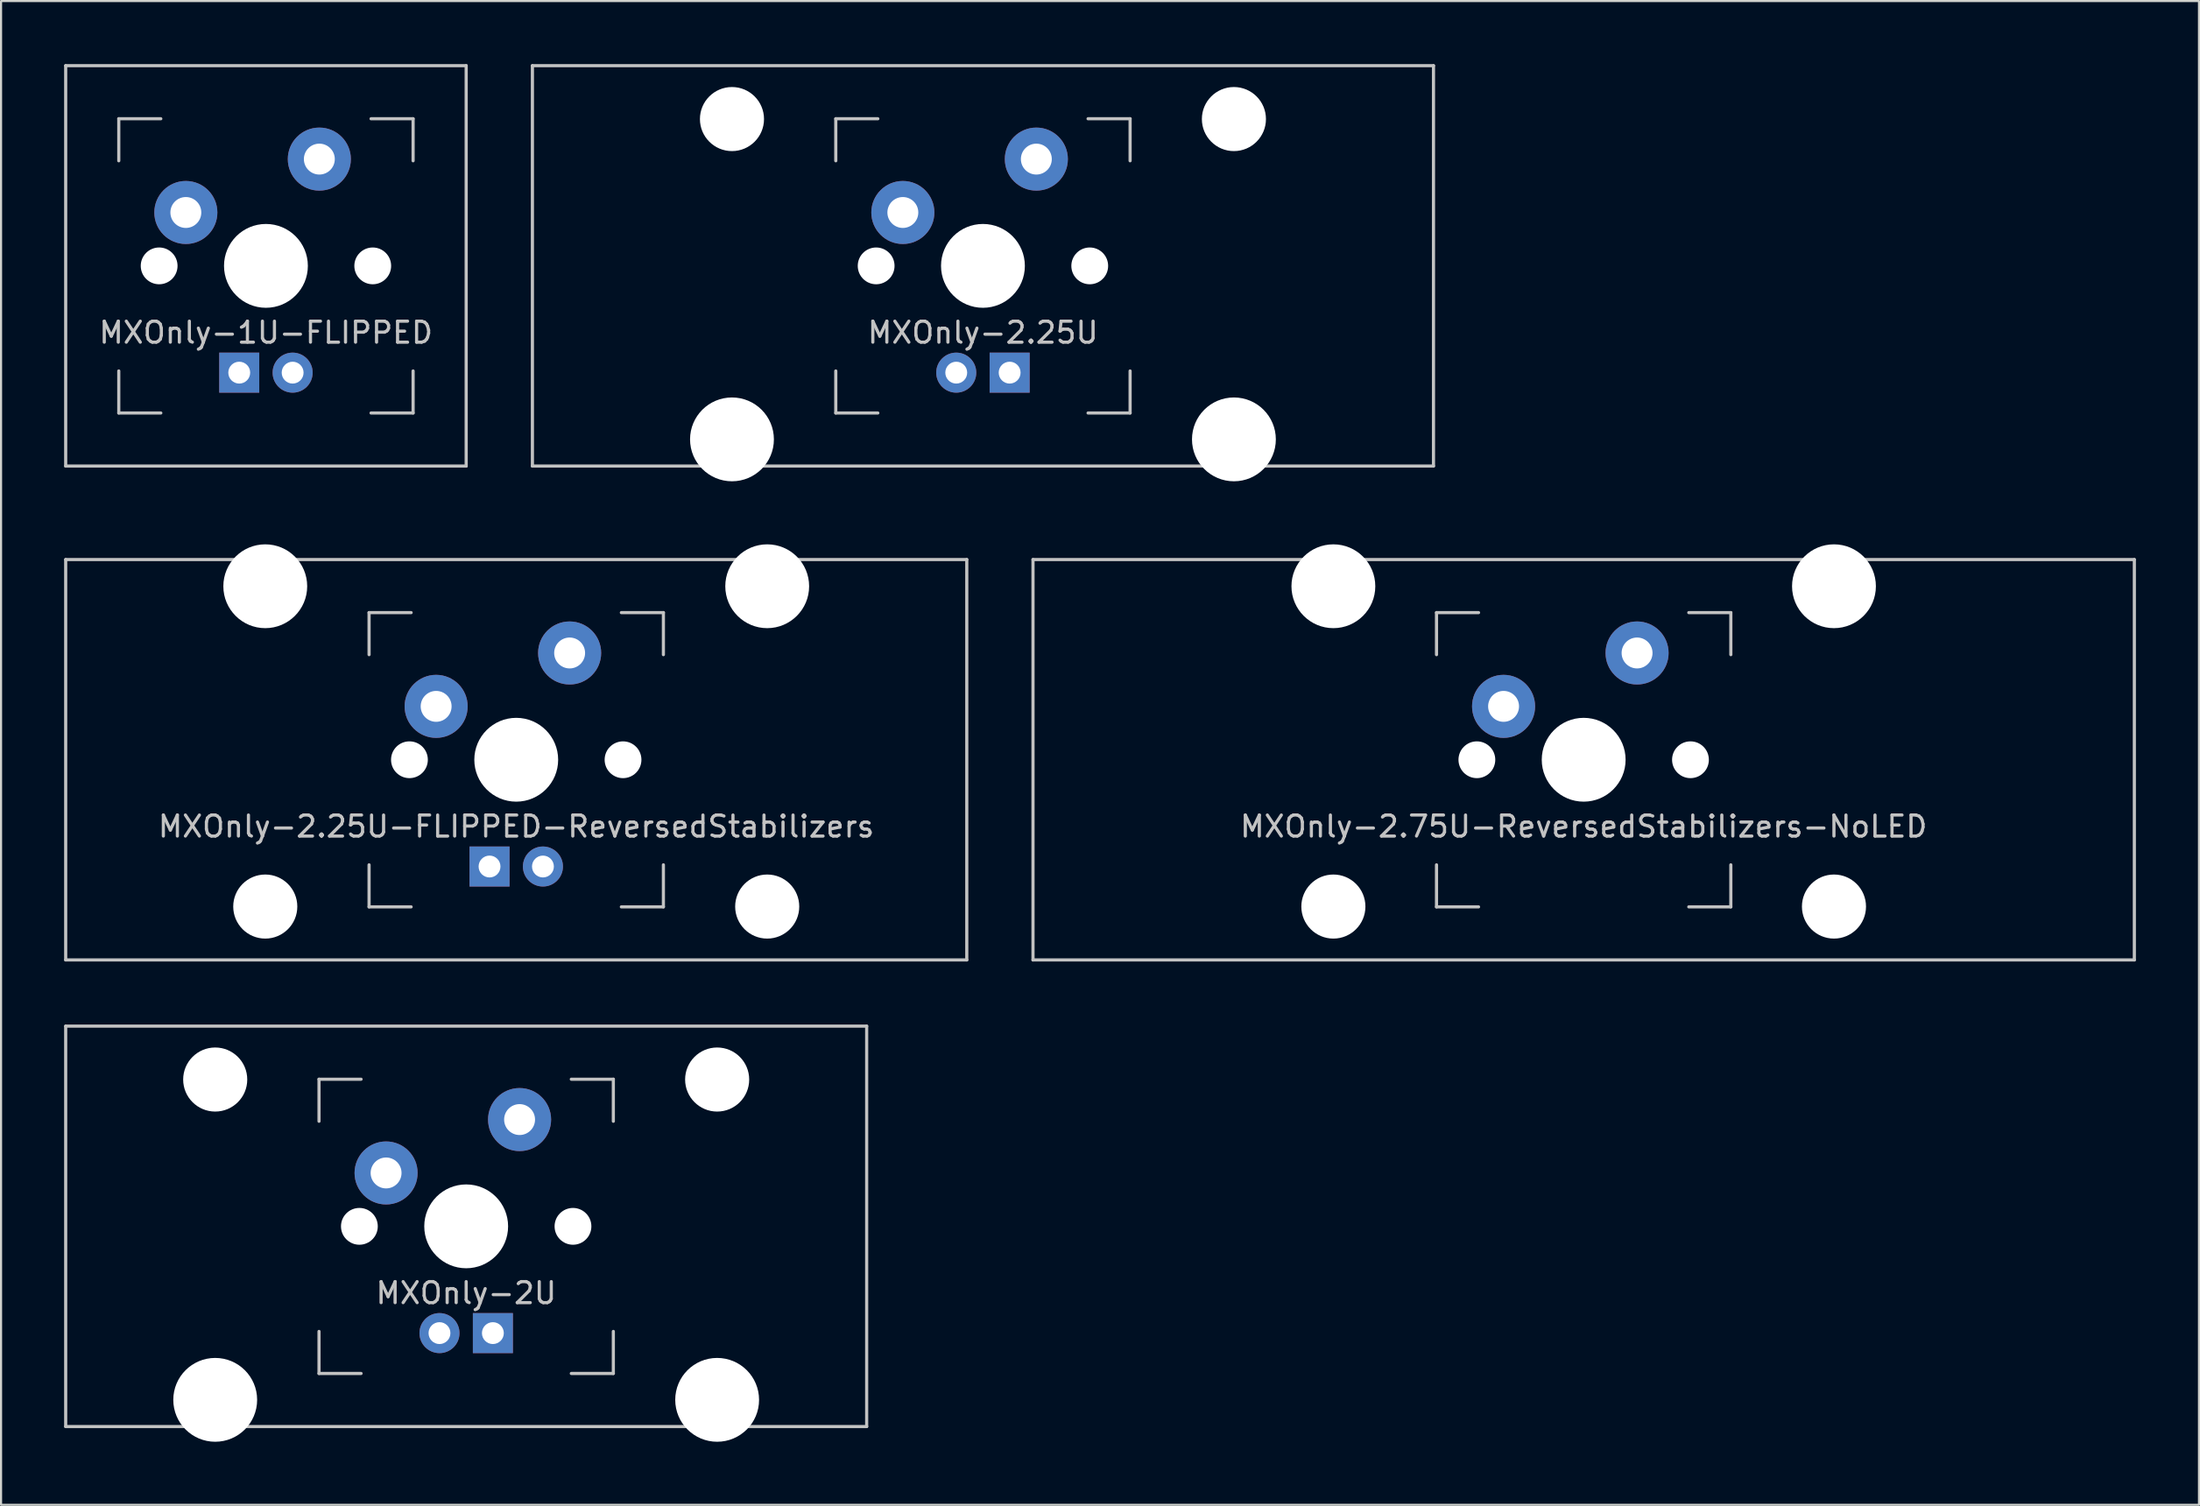
<source format=kicad_pcb>
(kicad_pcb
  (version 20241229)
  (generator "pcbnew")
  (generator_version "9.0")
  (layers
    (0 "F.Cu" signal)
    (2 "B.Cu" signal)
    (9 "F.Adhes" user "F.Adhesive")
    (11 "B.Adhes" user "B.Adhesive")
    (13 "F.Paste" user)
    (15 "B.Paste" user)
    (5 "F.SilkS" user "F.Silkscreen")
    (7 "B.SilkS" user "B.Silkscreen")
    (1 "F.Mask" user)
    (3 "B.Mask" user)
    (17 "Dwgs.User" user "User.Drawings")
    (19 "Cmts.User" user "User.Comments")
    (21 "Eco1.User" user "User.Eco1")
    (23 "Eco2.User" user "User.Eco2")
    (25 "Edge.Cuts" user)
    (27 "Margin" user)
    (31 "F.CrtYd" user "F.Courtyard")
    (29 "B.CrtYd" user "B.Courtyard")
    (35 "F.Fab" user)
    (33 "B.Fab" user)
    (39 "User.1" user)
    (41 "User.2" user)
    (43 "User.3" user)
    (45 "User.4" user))
  (footprint "MXOnly-2.25U-FLIPPED-ReversedStabilizers"
    (layer "F.Cu")
    (at 21.506 33.098)
    (property "Reference" "MXOnly-2.25U-FLIPPED-ReversedStabilizers" (at 0 3.175 0) (layer "Dwgs.User") (effects (font (size 1 1) (thickness 0.15))))
    (attr through_hole)
    (fp_line (start -21.431 -9.525) (end 21.431 -9.525) (stroke (width 0.15) (type solid)) (layer "Dwgs.User"))
    (fp_line (start -21.431 9.525) (end -21.431 -9.525) (stroke (width 0.15) (type solid)) (layer "Dwgs.User"))
    (fp_line (start -21.431 9.525) (end 21.431 9.525) (stroke (width 0.15) (type solid)) (layer "Dwgs.User"))
    (fp_line (start -7 -7) (end -7 -5) (stroke (width 0.15) (type solid)) (layer "Dwgs.User"))
    (fp_line (start -7 5) (end -7 7) (stroke (width 0.15) (type solid)) (layer "Dwgs.User"))
    (fp_line (start -7 7) (end -5 7) (stroke (width 0.15) (type solid)) (layer "Dwgs.User"))
    (fp_line (start -5 -7) (end -7 -7) (stroke (width 0.15) (type solid)) (layer "Dwgs.User"))
    (fp_line (start 5 -7) (end 7 -7) (stroke (width 0.15) (type solid)) (layer "Dwgs.User"))
    (fp_line (start 5 7) (end 7 7) (stroke (width 0.15) (type solid)) (layer "Dwgs.User"))
    (fp_line (start 7 -7) (end 7 -5) (stroke (width 0.15) (type solid)) (layer "Dwgs.User"))
    (fp_line (start 7 7) (end 7 5) (stroke (width 0.15) (type solid)) (layer "Dwgs.User"))
    (fp_line (start 21.431 -9.525) (end 21.431 9.525) (stroke (width 0.15) (type solid)) (layer "Dwgs.User"))
    (pad "" np_thru_hole circle (at -11.938 -8.255) (size 3.988 3.988) (drill 3.988) (layers "*.Cu" "*.Mask"))
    (pad "" np_thru_hole circle (at -11.938 6.985) (size 3.048 3.048) (drill 3.048) (layers "*.Cu" "*.Mask"))
    (pad "" np_thru_hole circle (at -5.08 0 48.1) (size 1.75 1.75) (drill 1.75) (layers "*.Cu" "*.Mask"))
    (pad "" np_thru_hole circle (at 0 0) (size 3.988 3.988) (drill 3.988) (layers "*.Cu" "*.Mask"))
    (pad "" np_thru_hole circle (at 5.08 0 48.1) (size 1.75 1.75) (drill 1.75) (layers "*.Cu" "*.Mask"))
    (pad "" np_thru_hole circle (at 11.938 -8.255) (size 3.988 3.988) (drill 3.988) (layers "*.Cu" "*.Mask"))
    (pad "" np_thru_hole circle (at 11.938 6.985) (size 3.048 3.048) (drill 3.048) (layers "*.Cu" "*.Mask"))
    (pad "1" thru_hole circle (at -3.81 -2.54) (size 3 3) (drill 1.47) (layers "*.Cu" "*.Mask"))
    (pad "2" thru_hole circle (at 2.54 -5.08) (size 3 3) (drill 1.47) (layers "*.Cu" "*.Mask"))
    (pad "3" thru_hole circle (at 1.27 5.08) (size 1.905 1.905) (drill 1.04) (layers "*.Cu" "*.Mask"))
    (pad "4" thru_hole rect (at -1.27 5.08) (size 1.905 1.905) (drill 1.04) (layers "*.Cu" "*.Mask")))
  (footprint "MXOnly-2U"
    (layer "F.Cu")
    (at 19.125 55.298)
    (property "Reference" "MXOnly-2U" (at 0 3.175 0) (layer "Dwgs.User") (effects (font (size 1 1) (thickness 0.15))))
    (attr through_hole)
    (fp_line (start -19.05 -9.525) (end 19.05 -9.525) (stroke (width 0.15) (type solid)) (layer "Dwgs.User"))
    (fp_line (start -19.05 9.525) (end -19.05 -9.525) (stroke (width 0.15) (type solid)) (layer "Dwgs.User"))
    (fp_line (start -19.05 9.525) (end 19.05 9.525) (stroke (width 0.15) (type solid)) (layer "Dwgs.User"))
    (fp_line (start -7 -7) (end -7 -5) (stroke (width 0.15) (type solid)) (layer "Dwgs.User"))
    (fp_line (start -7 5) (end -7 7) (stroke (width 0.15) (type solid)) (layer "Dwgs.User"))
    (fp_line (start -7 7) (end -5 7) (stroke (width 0.15) (type solid)) (layer "Dwgs.User"))
    (fp_line (start -5 -7) (end -7 -7) (stroke (width 0.15) (type solid)) (layer "Dwgs.User"))
    (fp_line (start 5 -7) (end 7 -7) (stroke (width 0.15) (type solid)) (layer "Dwgs.User"))
    (fp_line (start 5 7) (end 7 7) (stroke (width 0.15) (type solid)) (layer "Dwgs.User"))
    (fp_line (start 7 -7) (end 7 -5) (stroke (width 0.15) (type solid)) (layer "Dwgs.User"))
    (fp_line (start 7 7) (end 7 5) (stroke (width 0.15) (type solid)) (layer "Dwgs.User"))
    (fp_line (start 19.05 -9.525) (end 19.05 9.525) (stroke (width 0.15) (type solid)) (layer "Dwgs.User"))
    (pad "" np_thru_hole circle (at -11.938 -6.985) (size 3.048 3.048) (drill 3.048) (layers "*.Cu" "*.Mask"))
    (pad "" np_thru_hole circle (at -11.938 8.255) (size 3.988 3.988) (drill 3.988) (layers "*.Cu" "*.Mask"))
    (pad "" np_thru_hole circle (at -5.08 0 48.1) (size 1.75 1.75) (drill 1.75) (layers "*.Cu" "*.Mask"))
    (pad "" np_thru_hole circle (at 0 0) (size 3.988 3.988) (drill 3.988) (layers "*.Cu" "*.Mask"))
    (pad "" np_thru_hole circle (at 5.08 0 48.1) (size 1.75 1.75) (drill 1.75) (layers "*.Cu" "*.Mask"))
    (pad "" np_thru_hole circle (at 11.938 -6.985) (size 3.048 3.048) (drill 3.048) (layers "*.Cu" "*.Mask"))
    (pad "" np_thru_hole circle (at 11.938 8.255) (size 3.988 3.988) (drill 3.988) (layers "*.Cu" "*.Mask"))
    (pad "1" thru_hole circle (at -3.81 -2.54) (size 3 3) (drill 1.47) (layers "*.Cu" "*.Mask"))
    (pad "2" thru_hole circle (at 2.54 -5.08) (size 3 3) (drill 1.47) (layers "*.Cu" "*.Mask"))
    (pad "3" thru_hole circle (at -1.27 5.08) (size 1.905 1.905) (drill 1.04) (layers "*.Cu" "*.Mask"))
    (pad "4" thru_hole rect (at 1.27 5.08) (size 1.905 1.905) (drill 1.04) (layers "*.Cu" "*.Mask")))
  (footprint "MXOnly-2.75U-ReversedStabilizers-NoLED"
    (layer "F.Cu")
    (at 72.281 33.098)
    (property "Reference" "MXOnly-2.75U-ReversedStabilizers-NoLED" (at 0 3.175 0) (layer "Dwgs.User") (effects (font (size 1 1) (thickness 0.15))))
    (attr through_hole)
    (fp_line (start -26.194 -9.525) (end 26.194 -9.525) (stroke (width 0.15) (type solid)) (layer "Dwgs.User"))
    (fp_line (start -26.194 9.525) (end -26.194 -9.525) (stroke (width 0.15) (type solid)) (layer "Dwgs.User"))
    (fp_line (start -26.194 9.525) (end 26.194 9.525) (stroke (width 0.15) (type solid)) (layer "Dwgs.User"))
    (fp_line (start -7 -7) (end -7 -5) (stroke (width 0.15) (type solid)) (layer "Dwgs.User"))
    (fp_line (start -7 5) (end -7 7) (stroke (width 0.15) (type solid)) (layer "Dwgs.User"))
    (fp_line (start -7 7) (end -5 7) (stroke (width 0.15) (type solid)) (layer "Dwgs.User"))
    (fp_line (start -5 -7) (end -7 -7) (stroke (width 0.15) (type solid)) (layer "Dwgs.User"))
    (fp_line (start 5 -7) (end 7 -7) (stroke (width 0.15) (type solid)) (layer "Dwgs.User"))
    (fp_line (start 5 7) (end 7 7) (stroke (width 0.15) (type solid)) (layer "Dwgs.User"))
    (fp_line (start 7 -7) (end 7 -5) (stroke (width 0.15) (type solid)) (layer "Dwgs.User"))
    (fp_line (start 7 7) (end 7 5) (stroke (width 0.15) (type solid)) (layer "Dwgs.User"))
    (fp_line (start 26.194 -9.525) (end 26.194 9.525) (stroke (width 0.15) (type solid)) (layer "Dwgs.User"))
    (pad "" np_thru_hole circle (at -11.906 -8.255) (size 3.988 3.988) (drill 3.988) (layers "*.Cu" "*.Mask"))
    (pad "" np_thru_hole circle (at -11.906 6.985) (size 3.048 3.048) (drill 3.048) (layers "*.Cu" "*.Mask"))
    (pad "" np_thru_hole circle (at -5.08 0 48.1) (size 1.75 1.75) (drill 1.75) (layers "*.Cu" "*.Mask"))
    (pad "" np_thru_hole circle (at 0 0) (size 3.988 3.988) (drill 3.988) (layers "*.Cu" "*.Mask"))
    (pad "" np_thru_hole circle (at 5.08 0 48.1) (size 1.75 1.75) (drill 1.75) (layers "*.Cu" "*.Mask"))
    (pad "" np_thru_hole circle (at 11.906 -8.255) (size 3.988 3.988) (drill 3.988) (layers "*.Cu" "*.Mask"))
    (pad "" np_thru_hole circle (at 11.906 6.985) (size 3.048 3.048) (drill 3.048) (layers "*.Cu" "*.Mask"))
    (pad "1" thru_hole circle (at -3.81 -2.54) (size 3 3) (drill 1.47) (layers "*.Cu" "*.Mask"))
    (pad "2" thru_hole circle (at 2.54 -5.08) (size 3 3) (drill 1.47) (layers "*.Cu" "*.Mask")))
  (footprint "MXOnly-2.25U"
    (layer "F.Cu")
    (at 43.706 9.6)
    (property "Reference" "MXOnly-2.25U" (at 0 3.175 0) (layer "Dwgs.User") (effects (font (size 1 1) (thickness 0.15))))
    (attr through_hole)
    (fp_line (start -21.431 -9.525) (end 21.431 -9.525) (stroke (width 0.15) (type solid)) (layer "Dwgs.User"))
    (fp_line (start -21.431 9.525) (end -21.431 -9.525) (stroke (width 0.15) (type solid)) (layer "Dwgs.User"))
    (fp_line (start -21.431 9.525) (end 21.431 9.525) (stroke (width 0.15) (type solid)) (layer "Dwgs.User"))
    (fp_line (start -7 -7) (end -7 -5) (stroke (width 0.15) (type solid)) (layer "Dwgs.User"))
    (fp_line (start -7 5) (end -7 7) (stroke (width 0.15) (type solid)) (layer "Dwgs.User"))
    (fp_line (start -7 7) (end -5 7) (stroke (width 0.15) (type solid)) (layer "Dwgs.User"))
    (fp_line (start -5 -7) (end -7 -7) (stroke (width 0.15) (type solid)) (layer "Dwgs.User"))
    (fp_line (start 5 -7) (end 7 -7) (stroke (width 0.15) (type solid)) (layer "Dwgs.User"))
    (fp_line (start 5 7) (end 7 7) (stroke (width 0.15) (type solid)) (layer "Dwgs.User"))
    (fp_line (start 7 -7) (end 7 -5) (stroke (width 0.15) (type solid)) (layer "Dwgs.User"))
    (fp_line (start 7 7) (end 7 5) (stroke (width 0.15) (type solid)) (layer "Dwgs.User"))
    (fp_line (start 21.431 -9.525) (end 21.431 9.525) (stroke (width 0.15) (type solid)) (layer "Dwgs.User"))
    (pad "" np_thru_hole circle (at -11.938 -6.985) (size 3.048 3.048) (drill 3.048) (layers "*.Cu" "*.Mask"))
    (pad "" np_thru_hole circle (at -11.938 8.255) (size 3.988 3.988) (drill 3.988) (layers "*.Cu" "*.Mask"))
    (pad "" np_thru_hole circle (at -5.08 0 48.1) (size 1.75 1.75) (drill 1.75) (layers "*.Cu" "*.Mask"))
    (pad "" np_thru_hole circle (at 0 0) (size 3.988 3.988) (drill 3.988) (layers "*.Cu" "*.Mask"))
    (pad "" np_thru_hole circle (at 5.08 0 48.1) (size 1.75 1.75) (drill 1.75) (layers "*.Cu" "*.Mask"))
    (pad "" np_thru_hole circle (at 11.938 -6.985) (size 3.048 3.048) (drill 3.048) (layers "*.Cu" "*.Mask"))
    (pad "" np_thru_hole circle (at 11.938 8.255) (size 3.988 3.988) (drill 3.988) (layers "*.Cu" "*.Mask"))
    (pad "1" thru_hole circle (at -3.81 -2.54) (size 3 3) (drill 1.47) (layers "*.Cu" "*.Mask"))
    (pad "2" thru_hole circle (at 2.54 -5.08) (size 3 3) (drill 1.47) (layers "*.Cu" "*.Mask"))
    (pad "3" thru_hole circle (at -1.27 5.08) (size 1.905 1.905) (drill 1.04) (layers "*.Cu" "*.Mask"))
    (pad "4" thru_hole rect (at 1.27 5.08) (size 1.905 1.905) (drill 1.04) (layers "*.Cu" "*.Mask")))
  (footprint "MXOnly-1U-FLIPPED"
    (layer "F.Cu")
    (at 9.6 9.6)
    (property "Reference" "MXOnly-1U-FLIPPED" (at 0 3.175 0) (layer "Dwgs.User") (effects (font (size 1 1) (thickness 0.15))))
    (attr through_hole)
    (fp_line (start -9.525 -9.525) (end 9.525 -9.525) (stroke (width 0.15) (type solid)) (layer "Dwgs.User"))
    (fp_line (start -9.525 9.525) (end -9.525 -9.525) (stroke (width 0.15) (type solid)) (layer "Dwgs.User"))
    (fp_line (start -7 -7) (end -7 -5) (stroke (width 0.15) (type solid)) (layer "Dwgs.User"))
    (fp_line (start -7 5) (end -7 7) (stroke (width 0.15) (type solid)) (layer "Dwgs.User"))
    (fp_line (start -7 7) (end -5 7) (stroke (width 0.15) (type solid)) (layer "Dwgs.User"))
    (fp_line (start -5 -7) (end -7 -7) (stroke (width 0.15) (type solid)) (layer "Dwgs.User"))
    (fp_line (start 5 -7) (end 7 -7) (stroke (width 0.15) (type solid)) (layer "Dwgs.User"))
    (fp_line (start 5 7) (end 7 7) (stroke (width 0.15) (type solid)) (layer "Dwgs.User"))
    (fp_line (start 7 -7) (end 7 -5) (stroke (width 0.15) (type solid)) (layer "Dwgs.User"))
    (fp_line (start 7 7) (end 7 5) (stroke (width 0.15) (type solid)) (layer "Dwgs.User"))
    (fp_line (start 9.525 -9.525) (end 9.525 9.525) (stroke (width 0.15) (type solid)) (layer "Dwgs.User"))
    (fp_line (start 9.525 9.525) (end -9.525 9.525) (stroke (width 0.15) (type solid)) (layer "Dwgs.User"))
    (pad "" np_thru_hole circle (at -5.08 0 48.1) (size 1.75 1.75) (drill 1.75) (layers "*.Cu" "*.Mask"))
    (pad "" np_thru_hole circle (at 0 0) (size 3.988 3.988) (drill 3.988) (layers "*.Cu" "*.Mask"))
    (pad "" np_thru_hole circle (at 5.08 0 48.1) (size 1.75 1.75) (drill 1.75) (layers "*.Cu" "*.Mask"))
    (pad "1" thru_hole circle (at -3.81 -2.54) (size 3 3) (drill 1.47) (layers "*.Cu" "*.Mask"))
    (pad "2" thru_hole circle (at 2.54 -5.08) (size 3 3) (drill 1.47) (layers "*.Cu" "*.Mask"))
    (pad "3" thru_hole circle (at 1.27 5.08) (size 1.905 1.905) (drill 1.04) (layers "*.Cu" "*.Mask"))
    (pad "4" thru_hole rect (at -1.27 5.08) (size 1.905 1.905) (drill 1.04) (layers "*.Cu" "*.Mask")))
  (gr_rect
    (start -3 -3)
    (end 101.55 68.547)
    (stroke (width 0.1) (type default))
    (fill no)
    (layer "Edge.Cuts")))
</source>
